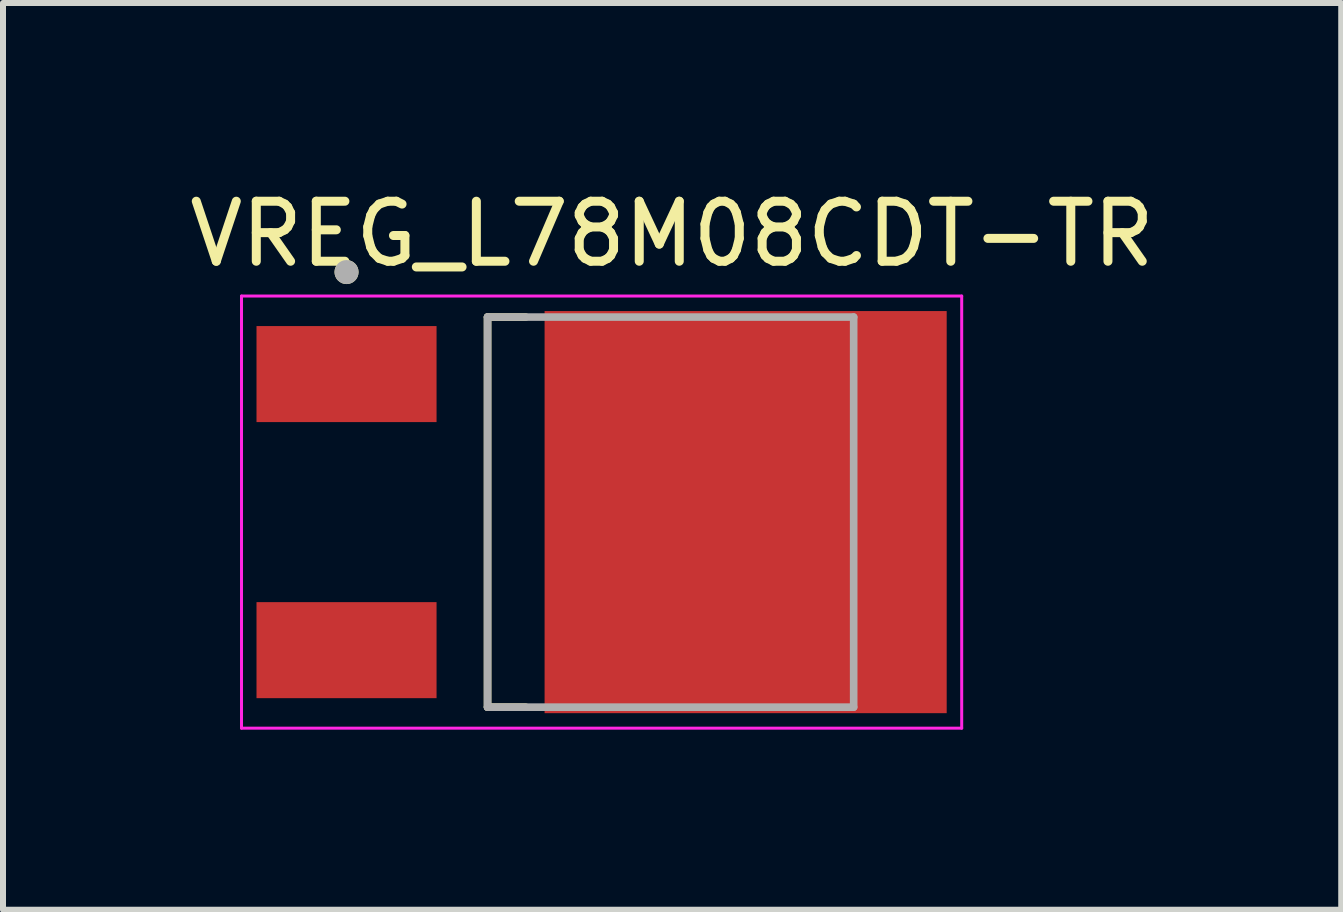
<source format=kicad_pcb>
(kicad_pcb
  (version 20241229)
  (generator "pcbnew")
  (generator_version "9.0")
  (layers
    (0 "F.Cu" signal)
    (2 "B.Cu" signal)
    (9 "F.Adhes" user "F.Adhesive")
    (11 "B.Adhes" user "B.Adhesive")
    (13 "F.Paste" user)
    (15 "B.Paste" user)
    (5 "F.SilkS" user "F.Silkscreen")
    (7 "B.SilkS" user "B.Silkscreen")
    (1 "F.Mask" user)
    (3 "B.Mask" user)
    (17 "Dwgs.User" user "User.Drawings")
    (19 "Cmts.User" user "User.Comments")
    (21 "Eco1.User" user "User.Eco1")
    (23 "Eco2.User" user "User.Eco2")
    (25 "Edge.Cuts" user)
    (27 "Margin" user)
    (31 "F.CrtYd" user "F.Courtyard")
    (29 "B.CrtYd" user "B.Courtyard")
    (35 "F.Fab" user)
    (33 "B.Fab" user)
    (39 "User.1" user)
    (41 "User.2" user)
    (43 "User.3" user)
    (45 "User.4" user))
  (footprint "VREG_L78M08CDT-TR"
    (layer "F.Cu")
    (at 6.974 5.483)
    (property "Reference" "VREG_L78M08CDT-TR" (at 1.175 -4.635 0) (layer "F.SilkS") (effects (font (size 1 1) (thickness 0.15))))
    (attr through_hole)
    (fp_line (start -1.9 -3.25) (end -1.9 3.25) (stroke (width 0.127) (type solid)) (layer "F.SilkS"))
    (fp_line (start -1.9 3.25) (end -1.264 3.25) (stroke (width 0.127) (type solid)) (layer "F.SilkS"))
    (fp_line (start -1.264 -3.25) (end -1.9 -3.25) (stroke (width 0.127) (type solid)) (layer "F.SilkS"))
    (fp_circle (center -4.25 -4) (end -4.15 -4) (stroke (width 0.2) (type solid)) (fill no) (layer "F.SilkS"))
    (fp_poly (pts (xy -0.62 -3.02) (xy 0.96 -3.02) (xy 0.96 -1.44) (xy -0.62 -1.44)) (stroke (width 0.01) (type solid)) (fill yes) (layer "F.Paste"))
    (fp_poly (pts (xy -0.62 -0.79) (xy 0.96 -0.79) (xy 0.96 0.79) (xy -0.62 0.79)) (stroke (width 0.01) (type solid)) (fill yes) (layer "F.Paste"))
    (fp_poly (pts (xy -0.62 1.44) (xy 0.96 1.44) (xy 0.96 3.02) (xy -0.62 3.02)) (stroke (width 0.01) (type solid)) (fill yes) (layer "F.Paste"))
    (fp_poly (pts (xy 1.61 -3.02) (xy 3.19 -3.02) (xy 3.19 -1.44) (xy 1.61 -1.44)) (stroke (width 0.01) (type solid)) (fill yes) (layer "F.Paste"))
    (fp_poly (pts (xy 1.61 -0.79) (xy 3.19 -0.79) (xy 3.19 0.79) (xy 1.61 0.79)) (stroke (width 0.01) (type solid)) (fill yes) (layer "F.Paste"))
    (fp_poly (pts (xy 1.61 1.44) (xy 3.19 1.44) (xy 3.19 3.02) (xy 1.61 3.02)) (stroke (width 0.01) (type solid)) (fill yes) (layer "F.Paste"))
    (fp_poly (pts (xy 3.84 -3.02) (xy 5.42 -3.02) (xy 5.42 -1.44) (xy 3.84 -1.44)) (stroke (width 0.01) (type solid)) (fill yes) (layer "F.Paste"))
    (fp_poly (pts (xy 3.84 -0.79) (xy 5.42 -0.79) (xy 5.42 0.79) (xy 3.84 0.79)) (stroke (width 0.01) (type solid)) (fill yes) (layer "F.Paste"))
    (fp_poly (pts (xy 3.84 1.44) (xy 5.42 1.44) (xy 5.42 3.02) (xy 3.84 3.02)) (stroke (width 0.01) (type solid)) (fill yes) (layer "F.Paste"))
    (fp_line (start -6 -3.6) (end -6 3.6) (stroke (width 0.05) (type solid)) (layer "F.CrtYd"))
    (fp_line (start -6 3.6) (end 6 3.6) (stroke (width 0.05) (type solid)) (layer "F.CrtYd"))
    (fp_line (start 6 -3.6) (end -6 -3.6) (stroke (width 0.05) (type solid)) (layer "F.CrtYd"))
    (fp_line (start 6 3.6) (end 6 -3.6) (stroke (width 0.05) (type solid)) (layer "F.CrtYd"))
    (fp_line (start -1.9 -3.25) (end 4.2 -3.25) (stroke (width 0.127) (type solid)) (layer "F.Fab"))
    (fp_line (start -1.9 3.25) (end -1.9 -3.25) (stroke (width 0.127) (type solid)) (layer "F.Fab"))
    (fp_line (start 4.2 -3.25) (end 4.2 3.25) (stroke (width 0.127) (type solid)) (layer "F.Fab"))
    (fp_line (start 4.2 3.25) (end -1.9 3.25) (stroke (width 0.127) (type solid)) (layer "F.Fab"))
    (fp_circle (center -4.25 -4) (end -4.15 -4) (stroke (width 0.2) (type solid)) (fill no) (layer "F.Fab"))
    (pad "1" smd rect (at -4.25 -2.3) (size 3 1.6) (layers "F.Cu" "F.Mask" "F.Paste"))
    (pad "2" smd rect (at 2.4 0) (size 6.7 6.7) (layers "F.Cu" "F.Mask"))
    (pad "3" smd rect (at -4.25 2.3) (size 3 1.6) (layers "F.Cu" "F.Mask" "F.Paste")))
  (gr_rect
    (start -3 -3)
    (end 19.298 12.108)
    (stroke (width 0.1) (type default))
    (fill no)
    (layer "Edge.Cuts")))
</source>
